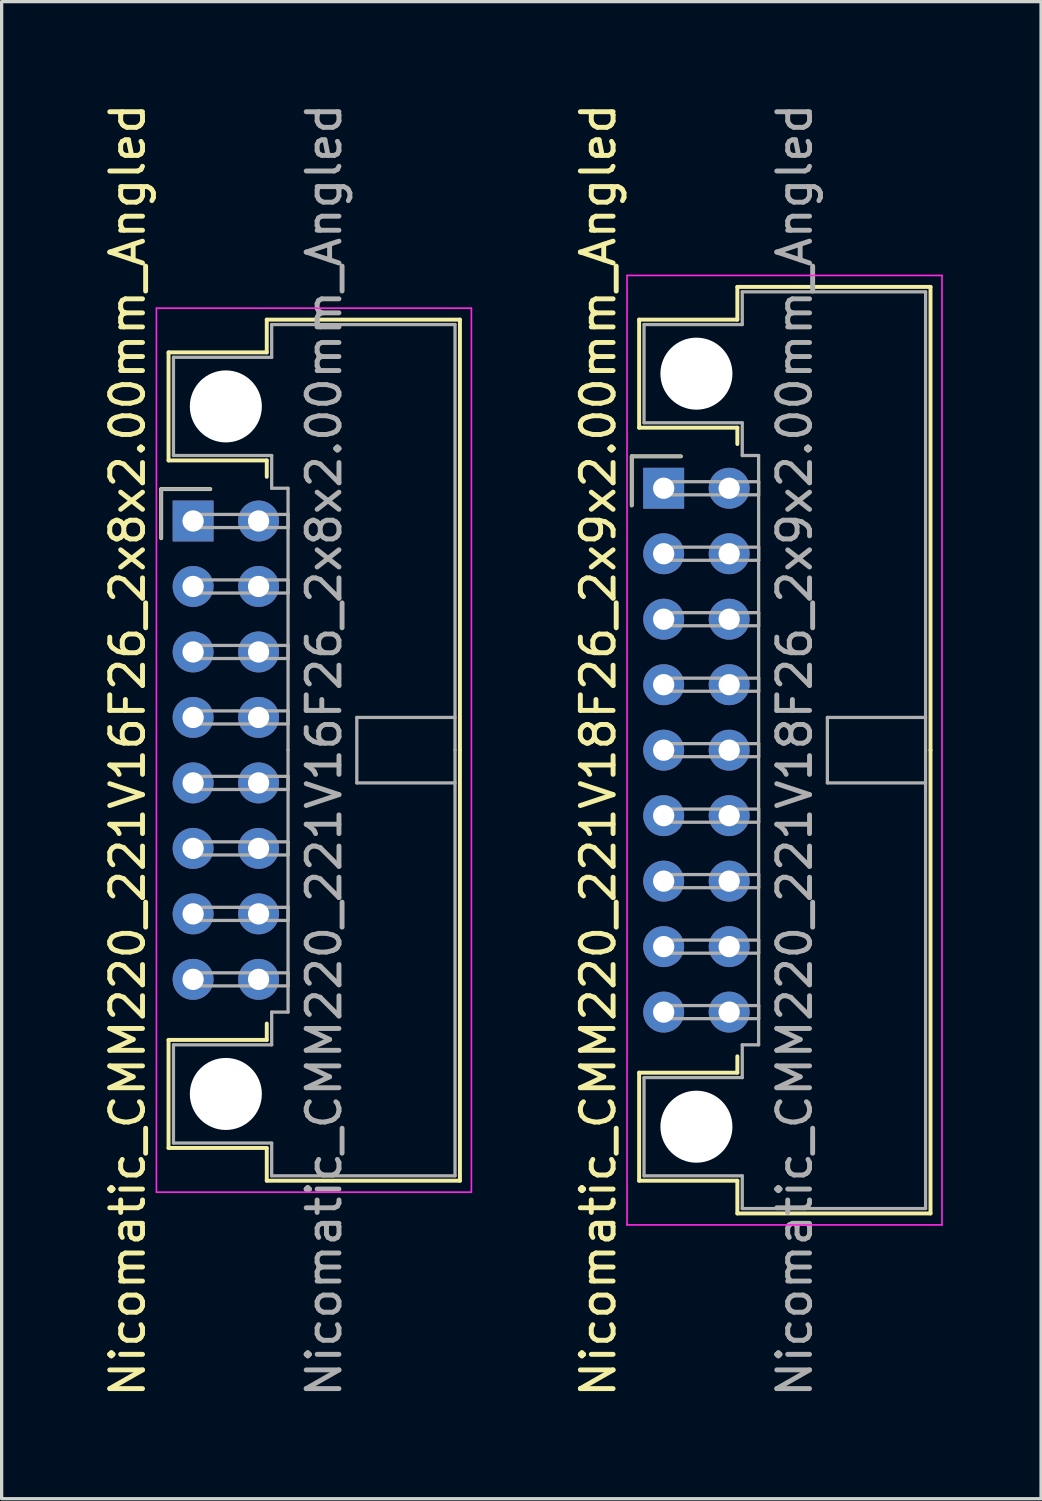
<source format=kicad_pcb>
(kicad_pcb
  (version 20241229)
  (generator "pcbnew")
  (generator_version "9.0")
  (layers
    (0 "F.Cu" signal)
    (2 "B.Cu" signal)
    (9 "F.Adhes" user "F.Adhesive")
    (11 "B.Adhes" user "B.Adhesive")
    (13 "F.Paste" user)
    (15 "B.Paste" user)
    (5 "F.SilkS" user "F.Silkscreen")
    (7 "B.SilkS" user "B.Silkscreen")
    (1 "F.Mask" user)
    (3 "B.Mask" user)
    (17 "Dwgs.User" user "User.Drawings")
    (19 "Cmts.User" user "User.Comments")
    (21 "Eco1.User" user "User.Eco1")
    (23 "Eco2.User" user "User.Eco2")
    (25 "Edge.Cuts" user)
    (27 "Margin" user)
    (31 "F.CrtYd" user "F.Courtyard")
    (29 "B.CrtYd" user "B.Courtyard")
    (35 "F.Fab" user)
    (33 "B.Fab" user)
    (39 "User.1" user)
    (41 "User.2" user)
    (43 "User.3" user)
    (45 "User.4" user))
  (footprint "Nicomatic_CMM220_221V16F26_2x8x2.00mm_Angled"
    (layer "F.Cu")
    (at 2.848 12.863)
    (property "Reference" "Nicomatic_CMM220_221V16F26_2x8x2.00mm_Angled" (at -2 7 90) (layer "F.SilkS") (effects (font (size 1 1) (thickness 0.15))))
    (attr through_hole)
    (fp_line (start -0.975 -0.975) (end -0.975 0.525) (stroke (width 0.12) (type solid)) (layer "F.SilkS"))
    (fp_line (start -0.75 -5.15) (end -0.75 -1.85) (stroke (width 0.12) (type solid)) (layer "F.SilkS"))
    (fp_line (start -0.75 -1.85) (end 2.25 -1.85) (stroke (width 0.12) (type solid)) (layer "F.SilkS"))
    (fp_line (start -0.75 15.85) (end 2.25 15.85) (stroke (width 0.12) (type solid)) (layer "F.SilkS"))
    (fp_line (start -0.75 19.15) (end -0.75 15.85) (stroke (width 0.12) (type solid)) (layer "F.SilkS"))
    (fp_line (start 0.525 -0.975) (end -0.975 -0.975) (stroke (width 0.12) (type solid)) (layer "F.SilkS"))
    (fp_line (start 2.25 -6.15) (end 2.25 -5.15) (stroke (width 0.12) (type solid)) (layer "F.SilkS"))
    (fp_line (start 2.25 -5.15) (end -0.75 -5.15) (stroke (width 0.12) (type solid)) (layer "F.SilkS"))
    (fp_line (start 2.25 -1.85) (end 2.25 -1.35) (stroke (width 0.12) (type solid)) (layer "F.SilkS"))
    (fp_line (start 2.25 15.85) (end 2.25 15.35) (stroke (width 0.12) (type solid)) (layer "F.SilkS"))
    (fp_line (start 2.25 19.15) (end -0.75 19.15) (stroke (width 0.12) (type solid)) (layer "F.SilkS"))
    (fp_line (start 2.25 20.15) (end 2.25 19.15) (stroke (width 0.12) (type solid)) (layer "F.SilkS"))
    (fp_line (start 8.15 -6.15) (end 2.25 -6.15) (stroke (width 0.12) (type solid)) (layer "F.SilkS"))
    (fp_line (start 8.15 7) (end 8.15 -6.15) (stroke (width 0.12) (type solid)) (layer "F.SilkS"))
    (fp_line (start 8.15 7) (end 8.15 20.15) (stroke (width 0.12) (type solid)) (layer "F.SilkS"))
    (fp_line (start 8.15 20.15) (end 2.25 20.15) (stroke (width 0.12) (type solid)) (layer "F.SilkS"))
    (fp_line (start -1.12 -6.5) (end -1.12 20.5) (stroke (width 0.05) (type solid)) (layer "F.CrtYd"))
    (fp_line (start -1.12 20.5) (end 8.5 20.5) (stroke (width 0.05) (type solid)) (layer "F.CrtYd"))
    (fp_line (start 8.5 -6.5) (end -1.12 -6.5) (stroke (width 0.05) (type solid)) (layer "F.CrtYd"))
    (fp_line (start 8.5 20.5) (end 8.5 -6.5) (stroke (width 0.05) (type solid)) (layer "F.CrtYd"))
    (fp_line (start -0.975 -0.975) (end -0.975 0.525) (stroke (width 0.1) (type solid)) (layer "F.Fab"))
    (fp_line (start -0.6 -5) (end -0.6 -2) (stroke (width 0.1) (type solid)) (layer "F.Fab"))
    (fp_line (start -0.6 -2) (end 2.4 -2) (stroke (width 0.1) (type solid)) (layer "F.Fab"))
    (fp_line (start -0.6 16) (end 2.4 16) (stroke (width 0.1) (type solid)) (layer "F.Fab"))
    (fp_line (start -0.6 19) (end -0.6 16) (stroke (width 0.1) (type solid)) (layer "F.Fab"))
    (fp_line (start 0 -0.2) (end 0 0.2) (stroke (width 0.1) (type solid)) (layer "F.Fab"))
    (fp_line (start 0 0.2) (end 2.9 0.2) (stroke (width 0.1) (type solid)) (layer "F.Fab"))
    (fp_line (start 0 1.8) (end 0 2.2) (stroke (width 0.1) (type solid)) (layer "F.Fab"))
    (fp_line (start 0 2.2) (end 2.9 2.2) (stroke (width 0.1) (type solid)) (layer "F.Fab"))
    (fp_line (start 0 3.8) (end 0 4.2) (stroke (width 0.1) (type solid)) (layer "F.Fab"))
    (fp_line (start 0 4.2) (end 2.9 4.2) (stroke (width 0.1) (type solid)) (layer "F.Fab"))
    (fp_line (start 0 5.8) (end 0 6.2) (stroke (width 0.1) (type solid)) (layer "F.Fab"))
    (fp_line (start 0 6.2) (end 2.9 6.2) (stroke (width 0.1) (type solid)) (layer "F.Fab"))
    (fp_line (start 0 7.8) (end 0 8.2) (stroke (width 0.1) (type solid)) (layer "F.Fab"))
    (fp_line (start 0 8.2) (end 2.9 8.2) (stroke (width 0.1) (type solid)) (layer "F.Fab"))
    (fp_line (start 0 9.8) (end 0 10.2) (stroke (width 0.1) (type solid)) (layer "F.Fab"))
    (fp_line (start 0 10.2) (end 2.9 10.2) (stroke (width 0.1) (type solid)) (layer "F.Fab"))
    (fp_line (start 0 11.8) (end 0 12.2) (stroke (width 0.1) (type solid)) (layer "F.Fab"))
    (fp_line (start 0 12.2) (end 2.9 12.2) (stroke (width 0.1) (type solid)) (layer "F.Fab"))
    (fp_line (start 0 13.8) (end 0 14.2) (stroke (width 0.1) (type solid)) (layer "F.Fab"))
    (fp_line (start 0 14.2) (end 2.9 14.2) (stroke (width 0.1) (type solid)) (layer "F.Fab"))
    (fp_line (start 0.525 -0.975) (end -0.975 -0.975) (stroke (width 0.1) (type solid)) (layer "F.Fab"))
    (fp_line (start 2.4 -6) (end 2.4 -5) (stroke (width 0.1) (type solid)) (layer "F.Fab"))
    (fp_line (start 2.4 -5) (end -0.6 -5) (stroke (width 0.1) (type solid)) (layer "F.Fab"))
    (fp_line (start 2.4 -2) (end 2.4 -1) (stroke (width 0.1) (type solid)) (layer "F.Fab"))
    (fp_line (start 2.4 -1) (end 2.9 -1) (stroke (width 0.1) (type solid)) (layer "F.Fab"))
    (fp_line (start 2.4 15) (end 2.9 15) (stroke (width 0.1) (type solid)) (layer "F.Fab"))
    (fp_line (start 2.4 16) (end 2.4 15) (stroke (width 0.1) (type solid)) (layer "F.Fab"))
    (fp_line (start 2.4 19) (end -0.6 19) (stroke (width 0.1) (type solid)) (layer "F.Fab"))
    (fp_line (start 2.4 20) (end 2.4 19) (stroke (width 0.1) (type solid)) (layer "F.Fab"))
    (fp_line (start 2.9 -1) (end 2.9 7) (stroke (width 0.1) (type solid)) (layer "F.Fab"))
    (fp_line (start 2.9 -0.2) (end 0 -0.2) (stroke (width 0.1) (type solid)) (layer "F.Fab"))
    (fp_line (start 2.9 0.2) (end 2.9 -0.2) (stroke (width 0.1) (type solid)) (layer "F.Fab"))
    (fp_line (start 2.9 1.8) (end 0 1.8) (stroke (width 0.1) (type solid)) (layer "F.Fab"))
    (fp_line (start 2.9 2.2) (end 2.9 1.8) (stroke (width 0.1) (type solid)) (layer "F.Fab"))
    (fp_line (start 2.9 3.8) (end 0 3.8) (stroke (width 0.1) (type solid)) (layer "F.Fab"))
    (fp_line (start 2.9 4.2) (end 2.9 3.8) (stroke (width 0.1) (type solid)) (layer "F.Fab"))
    (fp_line (start 2.9 5.8) (end 0 5.8) (stroke (width 0.1) (type solid)) (layer "F.Fab"))
    (fp_line (start 2.9 6.2) (end 2.9 5.8) (stroke (width 0.1) (type solid)) (layer "F.Fab"))
    (fp_line (start 2.9 7.8) (end 0 7.8) (stroke (width 0.1) (type solid)) (layer "F.Fab"))
    (fp_line (start 2.9 8.2) (end 2.9 7.8) (stroke (width 0.1) (type solid)) (layer "F.Fab"))
    (fp_line (start 2.9 9.8) (end 0 9.8) (stroke (width 0.1) (type solid)) (layer "F.Fab"))
    (fp_line (start 2.9 10.2) (end 2.9 9.8) (stroke (width 0.1) (type solid)) (layer "F.Fab"))
    (fp_line (start 2.9 11.8) (end 0 11.8) (stroke (width 0.1) (type solid)) (layer "F.Fab"))
    (fp_line (start 2.9 12.2) (end 2.9 11.8) (stroke (width 0.1) (type solid)) (layer "F.Fab"))
    (fp_line (start 2.9 13.8) (end 0 13.8) (stroke (width 0.1) (type solid)) (layer "F.Fab"))
    (fp_line (start 2.9 14.2) (end 2.9 13.8) (stroke (width 0.1) (type solid)) (layer "F.Fab"))
    (fp_line (start 2.9 15) (end 2.9 7) (stroke (width 0.1) (type solid)) (layer "F.Fab"))
    (fp_line (start 5 6) (end 5 8) (stroke (width 0.1) (type solid)) (layer "F.Fab"))
    (fp_line (start 5 8) (end 8 8) (stroke (width 0.1) (type solid)) (layer "F.Fab"))
    (fp_line (start 8 -6) (end 2.4 -6) (stroke (width 0.1) (type solid)) (layer "F.Fab"))
    (fp_line (start 8 6) (end 5 6) (stroke (width 0.1) (type solid)) (layer "F.Fab"))
    (fp_line (start 8 7) (end 8 -6) (stroke (width 0.1) (type solid)) (layer "F.Fab"))
    (fp_line (start 8 7) (end 8 20) (stroke (width 0.1) (type solid)) (layer "F.Fab"))
    (fp_line (start 8 20) (end 2.4 20) (stroke (width 0.1) (type solid)) (layer "F.Fab"))
    (fp_text user "${REFERENCE}" (at 4 7 90) (layer "F.Fab") (effects (font (size 1 1) (thickness 0.15))))
    (pad "" np_thru_hole circle (at 1 -3.5) (size 2.2 2.2) (drill 2.2) (layers "*.Cu" "*.Mask"))
    (pad "" np_thru_hole circle (at 1 17.5) (size 2.2 2.2) (drill 2.2) (layers "*.Cu" "*.Mask"))
    (pad "1" thru_hole rect (at 0 0) (size 1.25 1.25) (drill 0.65) (layers "*.Cu" "*.Mask"))
    (pad "2" thru_hole oval (at 0 2) (size 1.25 1.25) (drill 0.65) (layers "*.Cu" "*.Mask"))
    (pad "3" thru_hole oval (at 0 4) (size 1.25 1.25) (drill 0.65) (layers "*.Cu" "*.Mask"))
    (pad "4" thru_hole oval (at 0 6) (size 1.25 1.25) (drill 0.65) (layers "*.Cu" "*.Mask"))
    (pad "5" thru_hole oval (at 0 8) (size 1.25 1.25) (drill 0.65) (layers "*.Cu" "*.Mask"))
    (pad "6" thru_hole oval (at 0 10) (size 1.25 1.25) (drill 0.65) (layers "*.Cu" "*.Mask"))
    (pad "7" thru_hole oval (at 0 12) (size 1.25 1.25) (drill 0.65) (layers "*.Cu" "*.Mask"))
    (pad "8" thru_hole oval (at 0 14) (size 1.25 1.25) (drill 0.65) (layers "*.Cu" "*.Mask"))
    (pad "9" thru_hole oval (at 2 0) (size 1.25 1.25) (drill 0.65) (layers "*.Cu" "*.Mask"))
    (pad "10" thru_hole oval (at 2 2) (size 1.25 1.25) (drill 0.65) (layers "*.Cu" "*.Mask"))
    (pad "11" thru_hole oval (at 2 4) (size 1.25 1.25) (drill 0.65) (layers "*.Cu" "*.Mask"))
    (pad "12" thru_hole oval (at 2 6) (size 1.25 1.25) (drill 0.65) (layers "*.Cu" "*.Mask"))
    (pad "13" thru_hole oval (at 2 8) (size 1.25 1.25) (drill 0.65) (layers "*.Cu" "*.Mask"))
    (pad "14" thru_hole oval (at 2 10) (size 1.25 1.25) (drill 0.65) (layers "*.Cu" "*.Mask"))
    (pad "15" thru_hole oval (at 2 12) (size 1.25 1.25) (drill 0.65) (layers "*.Cu" "*.Mask"))
    (pad "16" thru_hole oval (at 2 14) (size 1.25 1.25) (drill 0.65) (layers "*.Cu" "*.Mask")))
  (footprint "Nicomatic_CMM220_221V18F26_2x9x2.00mm_Angled"
    (layer "F.Cu")
    (at 17.221 11.863)
    (property "Reference" "Nicomatic_CMM220_221V18F26_2x9x2.00mm_Angled" (at -2 8 90) (layer "F.SilkS") (effects (font (size 1 1) (thickness 0.15))))
    (attr through_hole)
    (fp_line (start -0.975 -0.975) (end -0.975 0.525) (stroke (width 0.12) (type solid)) (layer "F.SilkS"))
    (fp_line (start -0.75 -5.15) (end -0.75 -1.85) (stroke (width 0.12) (type solid)) (layer "F.SilkS"))
    (fp_line (start -0.75 -1.85) (end 2.25 -1.85) (stroke (width 0.12) (type solid)) (layer "F.SilkS"))
    (fp_line (start -0.75 17.85) (end 2.25 17.85) (stroke (width 0.12) (type solid)) (layer "F.SilkS"))
    (fp_line (start -0.75 21.15) (end -0.75 17.85) (stroke (width 0.12) (type solid)) (layer "F.SilkS"))
    (fp_line (start 0.525 -0.975) (end -0.975 -0.975) (stroke (width 0.12) (type solid)) (layer "F.SilkS"))
    (fp_line (start 2.25 -6.15) (end 2.25 -5.15) (stroke (width 0.12) (type solid)) (layer "F.SilkS"))
    (fp_line (start 2.25 -5.15) (end -0.75 -5.15) (stroke (width 0.12) (type solid)) (layer "F.SilkS"))
    (fp_line (start 2.25 -1.85) (end 2.25 -1.35) (stroke (width 0.12) (type solid)) (layer "F.SilkS"))
    (fp_line (start 2.25 17.85) (end 2.25 17.35) (stroke (width 0.12) (type solid)) (layer "F.SilkS"))
    (fp_line (start 2.25 21.15) (end -0.75 21.15) (stroke (width 0.12) (type solid)) (layer "F.SilkS"))
    (fp_line (start 2.25 22.15) (end 2.25 21.15) (stroke (width 0.12) (type solid)) (layer "F.SilkS"))
    (fp_line (start 8.15 -6.15) (end 2.25 -6.15) (stroke (width 0.12) (type solid)) (layer "F.SilkS"))
    (fp_line (start 8.15 8) (end 8.15 -6.15) (stroke (width 0.12) (type solid)) (layer "F.SilkS"))
    (fp_line (start 8.15 8) (end 8.15 22.15) (stroke (width 0.12) (type solid)) (layer "F.SilkS"))
    (fp_line (start 8.15 22.15) (end 2.25 22.15) (stroke (width 0.12) (type solid)) (layer "F.SilkS"))
    (fp_line (start -1.12 -6.5) (end -1.12 22.5) (stroke (width 0.05) (type solid)) (layer "F.CrtYd"))
    (fp_line (start -1.12 22.5) (end 8.5 22.5) (stroke (width 0.05) (type solid)) (layer "F.CrtYd"))
    (fp_line (start 8.5 -6.5) (end -1.12 -6.5) (stroke (width 0.05) (type solid)) (layer "F.CrtYd"))
    (fp_line (start 8.5 22.5) (end 8.5 -6.5) (stroke (width 0.05) (type solid)) (layer "F.CrtYd"))
    (fp_line (start -0.975 -0.975) (end -0.975 0.525) (stroke (width 0.1) (type solid)) (layer "F.Fab"))
    (fp_line (start -0.6 -5) (end -0.6 -2) (stroke (width 0.1) (type solid)) (layer "F.Fab"))
    (fp_line (start -0.6 -2) (end 2.4 -2) (stroke (width 0.1) (type solid)) (layer "F.Fab"))
    (fp_line (start -0.6 18) (end 2.4 18) (stroke (width 0.1) (type solid)) (layer "F.Fab"))
    (fp_line (start -0.6 21) (end -0.6 18) (stroke (width 0.1) (type solid)) (layer "F.Fab"))
    (fp_line (start 0 -0.2) (end 0 0.2) (stroke (width 0.1) (type solid)) (layer "F.Fab"))
    (fp_line (start 0 0.2) (end 2.9 0.2) (stroke (width 0.1) (type solid)) (layer "F.Fab"))
    (fp_line (start 0 1.8) (end 0 2.2) (stroke (width 0.1) (type solid)) (layer "F.Fab"))
    (fp_line (start 0 2.2) (end 2.9 2.2) (stroke (width 0.1) (type solid)) (layer "F.Fab"))
    (fp_line (start 0 3.8) (end 0 4.2) (stroke (width 0.1) (type solid)) (layer "F.Fab"))
    (fp_line (start 0 4.2) (end 2.9 4.2) (stroke (width 0.1) (type solid)) (layer "F.Fab"))
    (fp_line (start 0 5.8) (end 0 6.2) (stroke (width 0.1) (type solid)) (layer "F.Fab"))
    (fp_line (start 0 6.2) (end 2.9 6.2) (stroke (width 0.1) (type solid)) (layer "F.Fab"))
    (fp_line (start 0 7.8) (end 0 8.2) (stroke (width 0.1) (type solid)) (layer "F.Fab"))
    (fp_line (start 0 8.2) (end 2.9 8.2) (stroke (width 0.1) (type solid)) (layer "F.Fab"))
    (fp_line (start 0 9.8) (end 0 10.2) (stroke (width 0.1) (type solid)) (layer "F.Fab"))
    (fp_line (start 0 10.2) (end 2.9 10.2) (stroke (width 0.1) (type solid)) (layer "F.Fab"))
    (fp_line (start 0 11.8) (end 0 12.2) (stroke (width 0.1) (type solid)) (layer "F.Fab"))
    (fp_line (start 0 12.2) (end 2.9 12.2) (stroke (width 0.1) (type solid)) (layer "F.Fab"))
    (fp_line (start 0 13.8) (end 0 14.2) (stroke (width 0.1) (type solid)) (layer "F.Fab"))
    (fp_line (start 0 14.2) (end 2.9 14.2) (stroke (width 0.1) (type solid)) (layer "F.Fab"))
    (fp_line (start 0 15.8) (end 0 16.2) (stroke (width 0.1) (type solid)) (layer "F.Fab"))
    (fp_line (start 0 16.2) (end 2.9 16.2) (stroke (width 0.1) (type solid)) (layer "F.Fab"))
    (fp_line (start 0.525 -0.975) (end -0.975 -0.975) (stroke (width 0.1) (type solid)) (layer "F.Fab"))
    (fp_line (start 2.4 -6) (end 2.4 -5) (stroke (width 0.1) (type solid)) (layer "F.Fab"))
    (fp_line (start 2.4 -5) (end -0.6 -5) (stroke (width 0.1) (type solid)) (layer "F.Fab"))
    (fp_line (start 2.4 -2) (end 2.4 -1) (stroke (width 0.1) (type solid)) (layer "F.Fab"))
    (fp_line (start 2.4 -1) (end 2.9 -1) (stroke (width 0.1) (type solid)) (layer "F.Fab"))
    (fp_line (start 2.4 17) (end 2.9 17) (stroke (width 0.1) (type solid)) (layer "F.Fab"))
    (fp_line (start 2.4 18) (end 2.4 17) (stroke (width 0.1) (type solid)) (layer "F.Fab"))
    (fp_line (start 2.4 21) (end -0.6 21) (stroke (width 0.1) (type solid)) (layer "F.Fab"))
    (fp_line (start 2.4 22) (end 2.4 21) (stroke (width 0.1) (type solid)) (layer "F.Fab"))
    (fp_line (start 2.9 -1) (end 2.9 8) (stroke (width 0.1) (type solid)) (layer "F.Fab"))
    (fp_line (start 2.9 -0.2) (end 0 -0.2) (stroke (width 0.1) (type solid)) (layer "F.Fab"))
    (fp_line (start 2.9 0.2) (end 2.9 -0.2) (stroke (width 0.1) (type solid)) (layer "F.Fab"))
    (fp_line (start 2.9 1.8) (end 0 1.8) (stroke (width 0.1) (type solid)) (layer "F.Fab"))
    (fp_line (start 2.9 2.2) (end 2.9 1.8) (stroke (width 0.1) (type solid)) (layer "F.Fab"))
    (fp_line (start 2.9 3.8) (end 0 3.8) (stroke (width 0.1) (type solid)) (layer "F.Fab"))
    (fp_line (start 2.9 4.2) (end 2.9 3.8) (stroke (width 0.1) (type solid)) (layer "F.Fab"))
    (fp_line (start 2.9 5.8) (end 0 5.8) (stroke (width 0.1) (type solid)) (layer "F.Fab"))
    (fp_line (start 2.9 6.2) (end 2.9 5.8) (stroke (width 0.1) (type solid)) (layer "F.Fab"))
    (fp_line (start 2.9 7.8) (end 0 7.8) (stroke (width 0.1) (type solid)) (layer "F.Fab"))
    (fp_line (start 2.9 8.2) (end 2.9 7.8) (stroke (width 0.1) (type solid)) (layer "F.Fab"))
    (fp_line (start 2.9 9.8) (end 0 9.8) (stroke (width 0.1) (type solid)) (layer "F.Fab"))
    (fp_line (start 2.9 10.2) (end 2.9 9.8) (stroke (width 0.1) (type solid)) (layer "F.Fab"))
    (fp_line (start 2.9 11.8) (end 0 11.8) (stroke (width 0.1) (type solid)) (layer "F.Fab"))
    (fp_line (start 2.9 12.2) (end 2.9 11.8) (stroke (width 0.1) (type solid)) (layer "F.Fab"))
    (fp_line (start 2.9 13.8) (end 0 13.8) (stroke (width 0.1) (type solid)) (layer "F.Fab"))
    (fp_line (start 2.9 14.2) (end 2.9 13.8) (stroke (width 0.1) (type solid)) (layer "F.Fab"))
    (fp_line (start 2.9 15.8) (end 0 15.8) (stroke (width 0.1) (type solid)) (layer "F.Fab"))
    (fp_line (start 2.9 16.2) (end 2.9 15.8) (stroke (width 0.1) (type solid)) (layer "F.Fab"))
    (fp_line (start 2.9 17) (end 2.9 8) (stroke (width 0.1) (type solid)) (layer "F.Fab"))
    (fp_line (start 5 7) (end 5 9) (stroke (width 0.1) (type solid)) (layer "F.Fab"))
    (fp_line (start 5 9) (end 8 9) (stroke (width 0.1) (type solid)) (layer "F.Fab"))
    (fp_line (start 8 -6) (end 2.4 -6) (stroke (width 0.1) (type solid)) (layer "F.Fab"))
    (fp_line (start 8 7) (end 5 7) (stroke (width 0.1) (type solid)) (layer "F.Fab"))
    (fp_line (start 8 8) (end 8 -6) (stroke (width 0.1) (type solid)) (layer "F.Fab"))
    (fp_line (start 8 8) (end 8 22) (stroke (width 0.1) (type solid)) (layer "F.Fab"))
    (fp_line (start 8 22) (end 2.4 22) (stroke (width 0.1) (type solid)) (layer "F.Fab"))
    (fp_text user "${REFERENCE}" (at 4 8 90) (layer "F.Fab") (effects (font (size 1 1) (thickness 0.15))))
    (pad "" np_thru_hole circle (at 1 -3.5) (size 2.2 2.2) (drill 2.2) (layers "*.Cu" "*.Mask"))
    (pad "" np_thru_hole circle (at 1 19.5) (size 2.2 2.2) (drill 2.2) (layers "*.Cu" "*.Mask"))
    (pad "1" thru_hole rect (at 0 0) (size 1.25 1.25) (drill 0.65) (layers "*.Cu" "*.Mask"))
    (pad "2" thru_hole oval (at 0 2) (size 1.25 1.25) (drill 0.65) (layers "*.Cu" "*.Mask"))
    (pad "3" thru_hole oval (at 0 4) (size 1.25 1.25) (drill 0.65) (layers "*.Cu" "*.Mask"))
    (pad "4" thru_hole oval (at 0 6) (size 1.25 1.25) (drill 0.65) (layers "*.Cu" "*.Mask"))
    (pad "5" thru_hole oval (at 0 8) (size 1.25 1.25) (drill 0.65) (layers "*.Cu" "*.Mask"))
    (pad "6" thru_hole oval (at 0 10) (size 1.25 1.25) (drill 0.65) (layers "*.Cu" "*.Mask"))
    (pad "7" thru_hole oval (at 0 12) (size 1.25 1.25) (drill 0.65) (layers "*.Cu" "*.Mask"))
    (pad "8" thru_hole oval (at 0 14) (size 1.25 1.25) (drill 0.65) (layers "*.Cu" "*.Mask"))
    (pad "9" thru_hole oval (at 0 16) (size 1.25 1.25) (drill 0.65) (layers "*.Cu" "*.Mask"))
    (pad "10" thru_hole oval (at 2 0) (size 1.25 1.25) (drill 0.65) (layers "*.Cu" "*.Mask"))
    (pad "11" thru_hole oval (at 2 2) (size 1.25 1.25) (drill 0.65) (layers "*.Cu" "*.Mask"))
    (pad "12" thru_hole oval (at 2 4) (size 1.25 1.25) (drill 0.65) (layers "*.Cu" "*.Mask"))
    (pad "13" thru_hole oval (at 2 6) (size 1.25 1.25) (drill 0.65) (layers "*.Cu" "*.Mask"))
    (pad "14" thru_hole oval (at 2 8) (size 1.25 1.25) (drill 0.65) (layers "*.Cu" "*.Mask"))
    (pad "15" thru_hole oval (at 2 10) (size 1.25 1.25) (drill 0.65) (layers "*.Cu" "*.Mask"))
    (pad "16" thru_hole oval (at 2 12) (size 1.25 1.25) (drill 0.65) (layers "*.Cu" "*.Mask"))
    (pad "17" thru_hole oval (at 2 14) (size 1.25 1.25) (drill 0.65) (layers "*.Cu" "*.Mask"))
    (pad "18" thru_hole oval (at 2 16) (size 1.25 1.25) (drill 0.65) (layers "*.Cu" "*.Mask")))
  (gr_rect
    (start -3 -3)
    (end 28.747 42.726)
    (stroke (width 0.1) (type default))
    (fill no)
    (layer "Edge.Cuts")))
</source>
